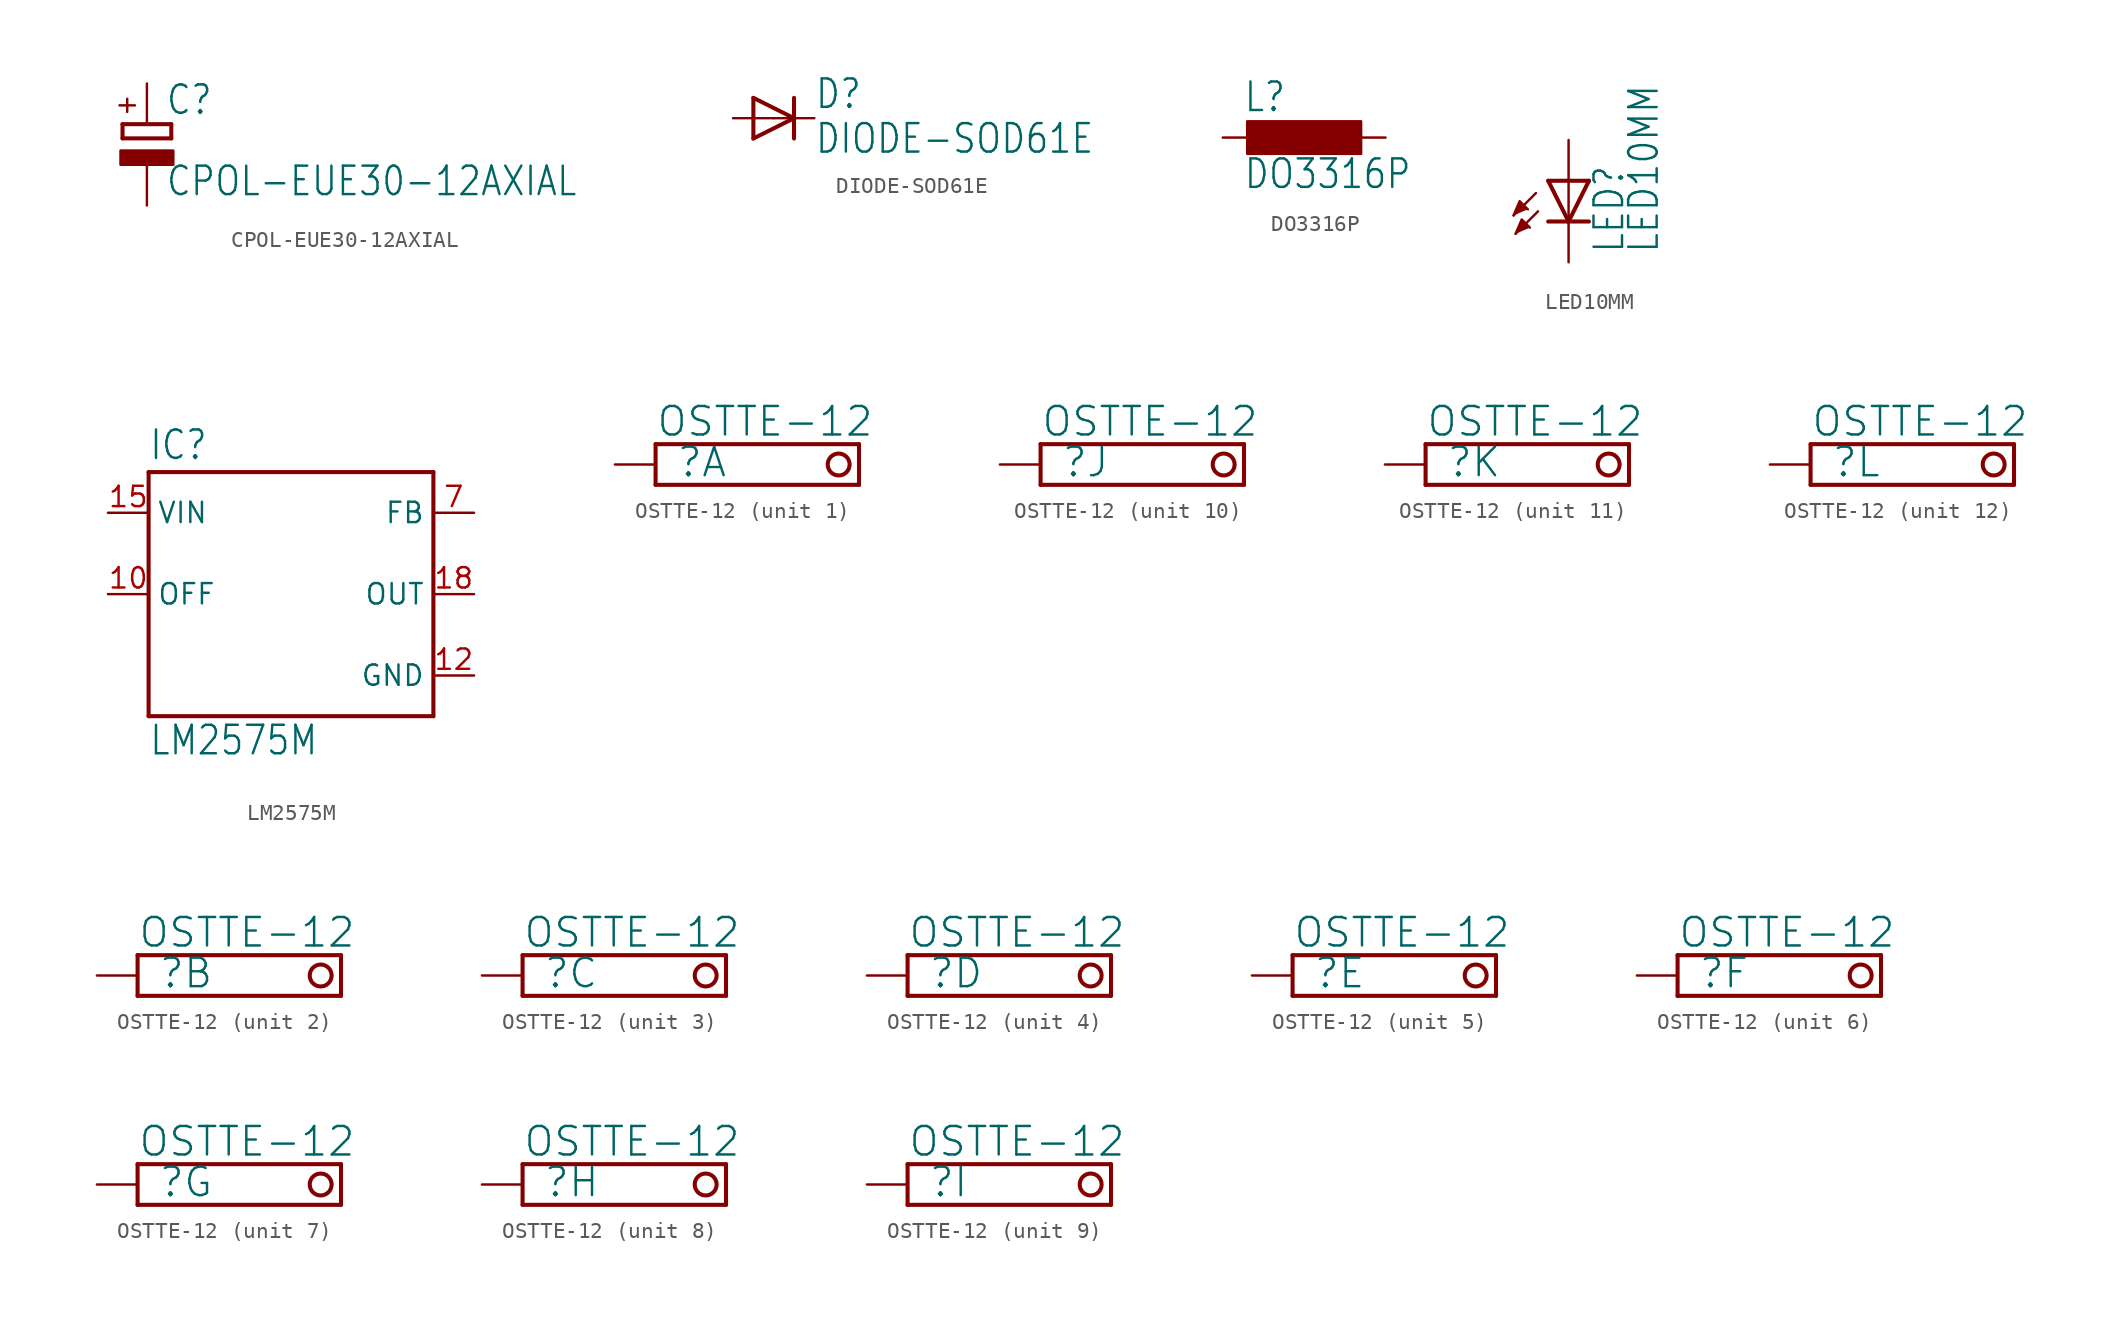
<source format=kicad_sym>
(kicad_symbol_lib
  (version 20211014)
  (generator kicad_symbol_editor)
  (symbol "CPOL-EUE30-12AXIAL"
    (property "Reference" "C"
      (at 1.143 0.483 0)
      (effects (font (size 1.778 1.511)) (justify left bottom)))
    (property "Value" "CPOL-EUE30-12AXIAL"
      (at 1.143 -4.597 0)
      (effects (font (size 1.778 1.511)) (justify left bottom)))
    (property "ki_locked" ""
      (at 0 0 0)
      (effects (font (size 1.27 1.27))))
    (symbol "CPOL-EUE30-12AXIAL_1_0"
      (rectangle (start -1.651 -2.54) (end 1.651 -1.651) (stroke (width 0) (type default) (color 0 0 0 0)) (fill (type outline)))
      (polyline (pts (xy -1.524 -0.889) (xy 1.524 -0.889)) (stroke (width 0.254) (type default) (color 0 0 0 0)) (fill (type none)))
      (polyline (pts (xy -1.524 0) (xy -1.524 -0.889)) (stroke (width 0.254) (type default) (color 0 0 0 0)) (fill (type none)))
      (polyline (pts (xy -1.524 0) (xy 1.524 0)) (stroke (width 0.254) (type default) (color 0 0 0 0)) (fill (type none)))
      (polyline (pts (xy 1.524 -0.889) (xy 1.524 0)) (stroke (width 0.254) (type default) (color 0 0 0 0)) (fill (type none)))
      (text "+" (at -0.584 0.406 900) (effects (font (size 1.27 1.079)) (justify left bottom)))
      (pin passive line (at 0 2.54 270) (length 2.54) (name "+" (effects (font (size 0 0)))) (number "+" (effects (font (size 0 0)))))
      (pin passive line (at 0 -5.08 90) (length 2.54) (name "-" (effects (font (size 0 0)))) (number "-" (effects (font (size 0 0)))))))
  (symbol "DIODE-SOD61E"
    (property "Reference" "D"
      (at 2.54 0.483 0)
      (effects (font (size 1.778 1.511)) (justify left bottom)))
    (property "Value" "DIODE-SOD61E"
      (at 2.54 -2.311 0)
      (effects (font (size 1.778 1.511)) (justify left bottom)))
    (property "ki_locked" ""
      (at 0 0 0)
      (effects (font (size 1.27 1.27))))
    (symbol "DIODE-SOD61E_1_0"
      (polyline (pts (xy -1.27 -1.27) (xy 1.27 0)) (stroke (width 0.254) (type default) (color 0 0 0 0)) (fill (type none)))
      (polyline (pts (xy -1.27 1.27) (xy -1.27 -1.27)) (stroke (width 0.254) (type default) (color 0 0 0 0)) (fill (type none)))
      (polyline (pts (xy 1.27 0) (xy -1.27 1.27)) (stroke (width 0.254) (type default) (color 0 0 0 0)) (fill (type none)))
      (polyline (pts (xy 1.27 0) (xy 1.27 -1.27)) (stroke (width 0.254) (type default) (color 0 0 0 0)) (fill (type none)))
      (polyline (pts (xy 1.27 1.27) (xy 1.27 0)) (stroke (width 0.254) (type default) (color 0 0 0 0)) (fill (type none)))
      (pin passive line (at -2.54 0 0) (length 2.54) (name "A" (effects (font (size 0 0)))) (number "A" (effects (font (size 0 0)))))
      (pin passive line (at 2.54 0 180) (length 2.54) (name "C" (effects (font (size 0 0)))) (number "C" (effects (font (size 0 0)))))))
  (symbol "DO3316P"
    (property "Reference" "L"
      (at -3.81 1.499 0)
      (effects (font (size 1.778 1.511)) (justify left bottom)))
    (property "Value" "DO3316P"
      (at -3.81 -3.302 0)
      (effects (font (size 1.778 1.511)) (justify left bottom)))
    (property "ki_locked" ""
      (at 0 0 0)
      (effects (font (size 1.27 1.27))))
    (symbol "DO3316P_1_0"
      (rectangle (start -3.556 -1.016) (end 3.556 1.016) (stroke (width 0) (type default) (color 0 0 0 0)) (fill (type outline)))
      (pin passive line (at -5.08 0 0) (length 2.54) (name "1" (effects (font (size 0 0)))) (number "1" (effects (font (size 0 0)))))
      (pin passive line (at 5.08 0 180) (length 2.54) (name "2" (effects (font (size 0 0)))) (number "2" (effects (font (size 0 0)))))))
  (symbol "LED10MM"
    (property "Reference" "LED"
      (at 3.556 -4.572 90)
      (effects (font (size 1.778 1.511)) (justify left bottom)))
    (property "Value" "LED10MM"
      (at 5.715 -4.572 90)
      (effects (font (size 1.778 1.511)) (justify left bottom)))
    (property "ki_locked" ""
      (at 0 0 0)
      (effects (font (size 1.27 1.27))))
    (symbol "LED10MM_1_0"
      (polyline (pts (xy -2.032 -0.762) (xy -3.429 -2.159)) (stroke (width 0.152) (type default) (color 0 0 0 0)) (fill (type none)))
      (polyline (pts (xy -1.905 -1.905) (xy -3.302 -3.302)) (stroke (width 0.152) (type default) (color 0 0 0 0)) (fill (type none)))
      (polyline (pts (xy 0 -2.54) (xy -1.27 -2.54)) (stroke (width 0.254) (type default) (color 0 0 0 0)) (fill (type none)))
      (polyline (pts (xy 0 -2.54) (xy -1.27 0)) (stroke (width 0.254) (type default) (color 0 0 0 0)) (fill (type none)))
      (polyline (pts (xy 0 0) (xy -1.27 0)) (stroke (width 0.254) (type default) (color 0 0 0 0)) (fill (type none)))
      (polyline (pts (xy 0 0) (xy 0 -2.54)) (stroke (width 0.152) (type default) (color 0 0 0 0)) (fill (type none)))
      (polyline (pts (xy 1.27 -2.54) (xy 0 -2.54)) (stroke (width 0.254) (type default) (color 0 0 0 0)) (fill (type none)))
      (polyline (pts (xy 1.27 0) (xy 0 -2.54)) (stroke (width 0.254) (type default) (color 0 0 0 0)) (fill (type none)))
      (polyline (pts (xy 1.27 0) (xy 0 0)) (stroke (width 0.254) (type default) (color 0 0 0 0)) (fill (type none)))
      (polyline (pts (xy -3.429 -2.159) (xy -3.048 -1.27) (xy -2.54 -1.778)) (stroke (width 0) (type default) (color 0 0 0 0)) (fill (type outline)))
      (polyline (pts (xy -3.302 -3.302) (xy -2.921 -2.413) (xy -2.413 -2.921)) (stroke (width 0) (type default) (color 0 0 0 0)) (fill (type outline)))
      (pin passive line (at 0 2.54 270) (length 2.54) (name "A" (effects (font (size 0 0)))) (number "A" (effects (font (size 0 0)))))
      (pin passive line (at 0 -5.08 90) (length 2.54) (name "C" (effects (font (size 0 0)))) (number "K" (effects (font (size 0 0)))))))
  (symbol "LM2575M"
    (property "Reference" "IC"
      (at -7.62 8.28 0)
      (effects (font (size 1.778 1.511)) (justify left bottom)))
    (property "Value" "LM2575M"
      (at -7.62 -10.16 0)
      (effects (font (size 1.778 1.511)) (justify left bottom)))
    (property "ki_locked" ""
      (at 0 0 0)
      (effects (font (size 1.27 1.27))))
    (symbol "LM2575M_1_0"
      (polyline (pts (xy -7.62 -7.62) (xy 10.16 -7.62)) (stroke (width 0.254) (type default) (color 0 0 0 0)) (fill (type none)))
      (polyline (pts (xy -7.62 7.62) (xy -7.62 -7.62)) (stroke (width 0.254) (type default) (color 0 0 0 0)) (fill (type none)))
      (polyline (pts (xy 10.16 -7.62) (xy 10.16 7.62)) (stroke (width 0.254) (type default) (color 0 0 0 0)) (fill (type none)))
      (polyline (pts (xy 10.16 7.62) (xy -7.62 7.62)) (stroke (width 0.254) (type default) (color 0 0 0 0)) (fill (type none)))
      (pin input line (at -10.16 0 0) (length 2.54) (name "OFF" (effects (font (size 1.27 1.27)))) (number "10" (effects (font (size 1.27 1.27)))))
      (pin power_in line (at 12.7 -5.08 180) (length 2.54) (name "GND" (effects (font (size 1.27 1.27)))) (number "12" (effects (font (size 1.27 1.27)))))
      (pin power_in line (at -10.16 5.08 0) (length 2.54) (name "VIN" (effects (font (size 1.27 1.27)))) (number "15" (effects (font (size 1.27 1.27)))))
      (pin output line (at 12.7 0 180) (length 2.54) (name "OUT" (effects (font (size 1.27 1.27)))) (number "18" (effects (font (size 1.27 1.27)))))
      (pin input line (at 12.7 5.08 180) (length 2.54) (name "FB" (effects (font (size 1.27 1.27)))) (number "7" (effects (font (size 1.27 1.27)))))))
  (symbol "OSTTE-12"
    (property "Reference" ""
      (at -3.81 -0.889 0)
      (effects (font (size 1.778 1.778)) (justify left bottom)))
    (property "Value" "OSTTE-12"
      (at -5.08 1.651 0)
      (effects (font (size 1.778 1.778)) (justify left bottom)))
    (property "ki_locked" ""
      (at 0 0 0)
      (effects (font (size 1.27 1.27))))
    (symbol "OSTTE-12_1_0"
      (polyline (pts (xy -5.08 -1.27) (xy -5.08 1.27)) (stroke (width 0.254) (type default) (color 0 0 0 0)) (fill (type none)))
      (polyline (pts (xy -5.08 1.27) (xy 7.62 1.27)) (stroke (width 0.254) (type default) (color 0 0 0 0)) (fill (type none)))
      (polyline (pts (xy 7.62 -1.27) (xy -5.08 -1.27)) (stroke (width 0.254) (type default) (color 0 0 0 0)) (fill (type none)))
      (polyline (pts (xy 7.62 -1.27) (xy 7.62 1.27)) (stroke (width 0.254) (type default) (color 0 0 0 0)) (fill (type none)))
      (circle (center 6.35 0) (radius 0.684) (stroke (width 0.254) (type default) (color 0 0 0 0)) (fill (type none)))
      (pin passive line (at -7.62 0 0) (length 2.54) (name "K" (effects (font (size 0 0)))) (number "1" (effects (font (size 0 0))))))
    (symbol "OSTTE-12_2_0"
      (polyline (pts (xy -5.08 -1.27) (xy -5.08 1.27)) (stroke (width 0.254) (type default) (color 0 0 0 0)) (fill (type none)))
      (polyline (pts (xy -5.08 1.27) (xy 7.62 1.27)) (stroke (width 0.254) (type default) (color 0 0 0 0)) (fill (type none)))
      (polyline (pts (xy 7.62 -1.27) (xy -5.08 -1.27)) (stroke (width 0.254) (type default) (color 0 0 0 0)) (fill (type none)))
      (polyline (pts (xy 7.62 -1.27) (xy 7.62 1.27)) (stroke (width 0.254) (type default) (color 0 0 0 0)) (fill (type none)))
      (circle (center 6.35 0) (radius 0.684) (stroke (width 0.254) (type default) (color 0 0 0 0)) (fill (type none)))
      (pin passive line (at -7.62 0 0) (length 2.54) (name "K" (effects (font (size 0 0)))) (number "2" (effects (font (size 0 0))))))
    (symbol "OSTTE-12_3_0"
      (polyline (pts (xy -5.08 -1.27) (xy -5.08 1.27)) (stroke (width 0.254) (type default) (color 0 0 0 0)) (fill (type none)))
      (polyline (pts (xy -5.08 1.27) (xy 7.62 1.27)) (stroke (width 0.254) (type default) (color 0 0 0 0)) (fill (type none)))
      (polyline (pts (xy 7.62 -1.27) (xy -5.08 -1.27)) (stroke (width 0.254) (type default) (color 0 0 0 0)) (fill (type none)))
      (polyline (pts (xy 7.62 -1.27) (xy 7.62 1.27)) (stroke (width 0.254) (type default) (color 0 0 0 0)) (fill (type none)))
      (circle (center 6.35 0) (radius 0.684) (stroke (width 0.254) (type default) (color 0 0 0 0)) (fill (type none)))
      (pin passive line (at -7.62 0 0) (length 2.54) (name "K" (effects (font (size 0 0)))) (number "3" (effects (font (size 0 0))))))
    (symbol "OSTTE-12_4_0"
      (polyline (pts (xy -5.08 -1.27) (xy -5.08 1.27)) (stroke (width 0.254) (type default) (color 0 0 0 0)) (fill (type none)))
      (polyline (pts (xy -5.08 1.27) (xy 7.62 1.27)) (stroke (width 0.254) (type default) (color 0 0 0 0)) (fill (type none)))
      (polyline (pts (xy 7.62 -1.27) (xy -5.08 -1.27)) (stroke (width 0.254) (type default) (color 0 0 0 0)) (fill (type none)))
      (polyline (pts (xy 7.62 -1.27) (xy 7.62 1.27)) (stroke (width 0.254) (type default) (color 0 0 0 0)) (fill (type none)))
      (circle (center 6.35 0) (radius 0.684) (stroke (width 0.254) (type default) (color 0 0 0 0)) (fill (type none)))
      (pin passive line (at -7.62 0 0) (length 2.54) (name "K" (effects (font (size 0 0)))) (number "4" (effects (font (size 0 0))))))
    (symbol "OSTTE-12_5_0"
      (polyline (pts (xy -5.08 -1.27) (xy -5.08 1.27)) (stroke (width 0.254) (type default) (color 0 0 0 0)) (fill (type none)))
      (polyline (pts (xy -5.08 1.27) (xy 7.62 1.27)) (stroke (width 0.254) (type default) (color 0 0 0 0)) (fill (type none)))
      (polyline (pts (xy 7.62 -1.27) (xy -5.08 -1.27)) (stroke (width 0.254) (type default) (color 0 0 0 0)) (fill (type none)))
      (polyline (pts (xy 7.62 -1.27) (xy 7.62 1.27)) (stroke (width 0.254) (type default) (color 0 0 0 0)) (fill (type none)))
      (circle (center 6.35 0) (radius 0.684) (stroke (width 0.254) (type default) (color 0 0 0 0)) (fill (type none)))
      (pin passive line (at -7.62 0 0) (length 2.54) (name "K" (effects (font (size 0 0)))) (number "5" (effects (font (size 0 0))))))
    (symbol "OSTTE-12_6_0"
      (polyline (pts (xy -5.08 -1.27) (xy -5.08 1.27)) (stroke (width 0.254) (type default) (color 0 0 0 0)) (fill (type none)))
      (polyline (pts (xy -5.08 1.27) (xy 7.62 1.27)) (stroke (width 0.254) (type default) (color 0 0 0 0)) (fill (type none)))
      (polyline (pts (xy 7.62 -1.27) (xy -5.08 -1.27)) (stroke (width 0.254) (type default) (color 0 0 0 0)) (fill (type none)))
      (polyline (pts (xy 7.62 -1.27) (xy 7.62 1.27)) (stroke (width 0.254) (type default) (color 0 0 0 0)) (fill (type none)))
      (circle (center 6.35 0) (radius 0.684) (stroke (width 0.254) (type default) (color 0 0 0 0)) (fill (type none)))
      (pin passive line (at -7.62 0 0) (length 2.54) (name "K" (effects (font (size 0 0)))) (number "6" (effects (font (size 0 0))))))
    (symbol "OSTTE-12_7_0"
      (polyline (pts (xy -5.08 -1.27) (xy -5.08 1.27)) (stroke (width 0.254) (type default) (color 0 0 0 0)) (fill (type none)))
      (polyline (pts (xy -5.08 1.27) (xy 7.62 1.27)) (stroke (width 0.254) (type default) (color 0 0 0 0)) (fill (type none)))
      (polyline (pts (xy 7.62 -1.27) (xy -5.08 -1.27)) (stroke (width 0.254) (type default) (color 0 0 0 0)) (fill (type none)))
      (polyline (pts (xy 7.62 -1.27) (xy 7.62 1.27)) (stroke (width 0.254) (type default) (color 0 0 0 0)) (fill (type none)))
      (circle (center 6.35 0) (radius 0.684) (stroke (width 0.254) (type default) (color 0 0 0 0)) (fill (type none)))
      (pin passive line (at -7.62 0 0) (length 2.54) (name "K" (effects (font (size 0 0)))) (number "7" (effects (font (size 0 0))))))
    (symbol "OSTTE-12_8_0"
      (polyline (pts (xy -5.08 -1.27) (xy -5.08 1.27)) (stroke (width 0.254) (type default) (color 0 0 0 0)) (fill (type none)))
      (polyline (pts (xy -5.08 1.27) (xy 7.62 1.27)) (stroke (width 0.254) (type default) (color 0 0 0 0)) (fill (type none)))
      (polyline (pts (xy 7.62 -1.27) (xy -5.08 -1.27)) (stroke (width 0.254) (type default) (color 0 0 0 0)) (fill (type none)))
      (polyline (pts (xy 7.62 -1.27) (xy 7.62 1.27)) (stroke (width 0.254) (type default) (color 0 0 0 0)) (fill (type none)))
      (circle (center 6.35 0) (radius 0.684) (stroke (width 0.254) (type default) (color 0 0 0 0)) (fill (type none)))
      (pin passive line (at -7.62 0 0) (length 2.54) (name "K" (effects (font (size 0 0)))) (number "8" (effects (font (size 0 0))))))
    (symbol "OSTTE-12_9_0"
      (polyline (pts (xy -5.08 -1.27) (xy -5.08 1.27)) (stroke (width 0.254) (type default) (color 0 0 0 0)) (fill (type none)))
      (polyline (pts (xy -5.08 1.27) (xy 7.62 1.27)) (stroke (width 0.254) (type default) (color 0 0 0 0)) (fill (type none)))
      (polyline (pts (xy 7.62 -1.27) (xy -5.08 -1.27)) (stroke (width 0.254) (type default) (color 0 0 0 0)) (fill (type none)))
      (polyline (pts (xy 7.62 -1.27) (xy 7.62 1.27)) (stroke (width 0.254) (type default) (color 0 0 0 0)) (fill (type none)))
      (circle (center 6.35 0) (radius 0.684) (stroke (width 0.254) (type default) (color 0 0 0 0)) (fill (type none)))
      (pin passive line (at -7.62 0 0) (length 2.54) (name "K" (effects (font (size 0 0)))) (number "9" (effects (font (size 0 0))))))
    (symbol "OSTTE-12_10_0"
      (polyline (pts (xy -5.08 -1.27) (xy -5.08 1.27)) (stroke (width 0.254) (type default) (color 0 0 0 0)) (fill (type none)))
      (polyline (pts (xy -5.08 1.27) (xy 7.62 1.27)) (stroke (width 0.254) (type default) (color 0 0 0 0)) (fill (type none)))
      (polyline (pts (xy 7.62 -1.27) (xy -5.08 -1.27)) (stroke (width 0.254) (type default) (color 0 0 0 0)) (fill (type none)))
      (polyline (pts (xy 7.62 -1.27) (xy 7.62 1.27)) (stroke (width 0.254) (type default) (color 0 0 0 0)) (fill (type none)))
      (circle (center 6.35 0) (radius 0.684) (stroke (width 0.254) (type default) (color 0 0 0 0)) (fill (type none)))
      (pin passive line (at -7.62 0 0) (length 2.54) (name "K" (effects (font (size 0 0)))) (number "10" (effects (font (size 0 0))))))
    (symbol "OSTTE-12_11_0"
      (polyline (pts (xy -5.08 -1.27) (xy -5.08 1.27)) (stroke (width 0.254) (type default) (color 0 0 0 0)) (fill (type none)))
      (polyline (pts (xy -5.08 1.27) (xy 7.62 1.27)) (stroke (width 0.254) (type default) (color 0 0 0 0)) (fill (type none)))
      (polyline (pts (xy 7.62 -1.27) (xy -5.08 -1.27)) (stroke (width 0.254) (type default) (color 0 0 0 0)) (fill (type none)))
      (polyline (pts (xy 7.62 -1.27) (xy 7.62 1.27)) (stroke (width 0.254) (type default) (color 0 0 0 0)) (fill (type none)))
      (circle (center 6.35 0) (radius 0.684) (stroke (width 0.254) (type default) (color 0 0 0 0)) (fill (type none)))
      (pin passive line (at -7.62 0 0) (length 2.54) (name "K" (effects (font (size 0 0)))) (number "11" (effects (font (size 0 0))))))
    (symbol "OSTTE-12_12_0"
      (polyline (pts (xy -5.08 -1.27) (xy -5.08 1.27)) (stroke (width 0.254) (type default) (color 0 0 0 0)) (fill (type none)))
      (polyline (pts (xy -5.08 1.27) (xy 7.62 1.27)) (stroke (width 0.254) (type default) (color 0 0 0 0)) (fill (type none)))
      (polyline (pts (xy 7.62 -1.27) (xy -5.08 -1.27)) (stroke (width 0.254) (type default) (color 0 0 0 0)) (fill (type none)))
      (polyline (pts (xy 7.62 -1.27) (xy 7.62 1.27)) (stroke (width 0.254) (type default) (color 0 0 0 0)) (fill (type none)))
      (circle (center 6.35 0) (radius 0.684) (stroke (width 0.254) (type default) (color 0 0 0 0)) (fill (type none)))
      (pin passive line (at -7.62 0 0) (length 2.54) (name "K" (effects (font (size 0 0)))) (number "12" (effects (font (size 0 0))))))))
</source>
